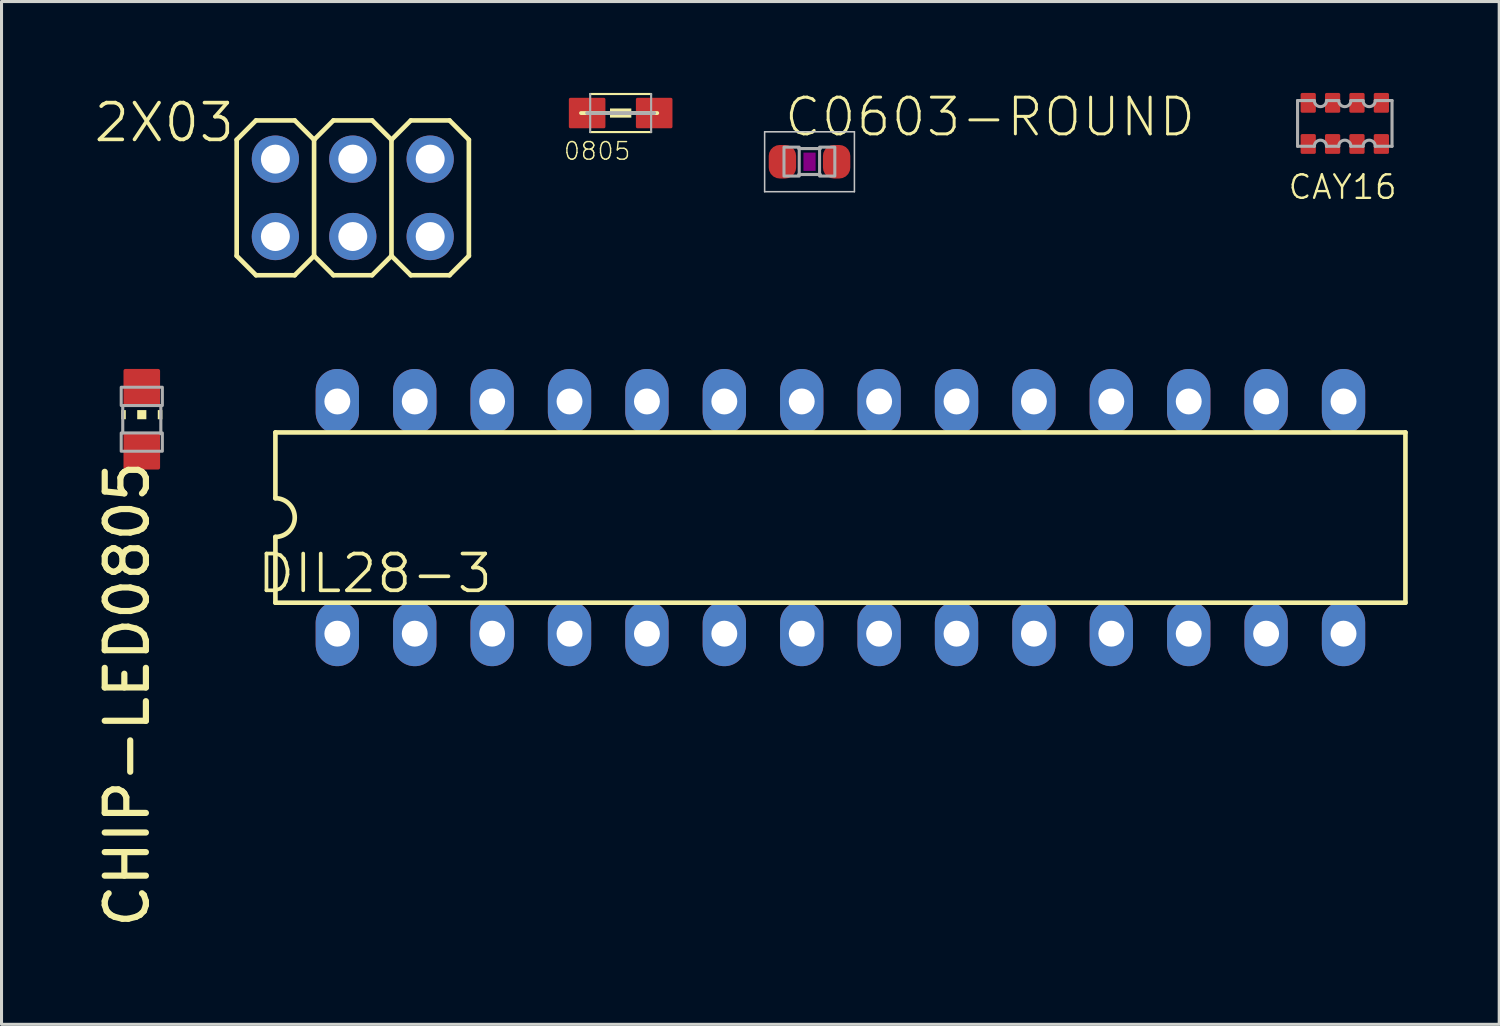
<source format=kicad_pcb>
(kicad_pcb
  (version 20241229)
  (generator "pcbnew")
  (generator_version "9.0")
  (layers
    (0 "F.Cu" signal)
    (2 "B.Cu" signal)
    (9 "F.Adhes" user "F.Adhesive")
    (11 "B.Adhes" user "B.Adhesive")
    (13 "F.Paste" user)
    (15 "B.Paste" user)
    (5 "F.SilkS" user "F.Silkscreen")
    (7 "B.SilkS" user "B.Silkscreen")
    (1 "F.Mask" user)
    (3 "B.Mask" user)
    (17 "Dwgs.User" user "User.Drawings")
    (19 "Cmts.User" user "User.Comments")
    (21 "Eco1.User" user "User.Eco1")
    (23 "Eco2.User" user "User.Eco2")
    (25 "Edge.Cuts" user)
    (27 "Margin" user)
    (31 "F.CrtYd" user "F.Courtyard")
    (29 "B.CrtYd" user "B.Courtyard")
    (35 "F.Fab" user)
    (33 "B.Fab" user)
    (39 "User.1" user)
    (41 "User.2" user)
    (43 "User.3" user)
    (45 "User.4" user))
  (footprint "C0603-ROUND"
    (layer "F.Cu")
    (at 23.516 2.258)
    (property "Reference" "C0603-ROUND" (at -0.889 -0.762 180) (layer "F.SilkS") (effects (font (size 1.206 1.206) (thickness 0.097)) (justify left bottom)))
    (attr through_hole)
    (fp_poly (pts (xy -0.2 0.3) (xy 0.2 0.3) (xy 0.2 -0.3) (xy -0.2 -0.3)) (stroke (width 0) (type solid)) (fill yes) (layer "F.Adhes"))
    (fp_line (start -1.473 -0.983) (end 1.473 -0.983) (stroke (width 0.051) (type solid)) (layer "Dwgs.User"))
    (fp_line (start -1.473 0.983) (end -1.473 -0.983) (stroke (width 0.051) (type solid)) (layer "Dwgs.User"))
    (fp_line (start 1.473 -0.983) (end 1.473 0.983) (stroke (width 0.051) (type solid)) (layer "Dwgs.User"))
    (fp_line (start 1.473 0.983) (end -1.473 0.983) (stroke (width 0.051) (type solid)) (layer "Dwgs.User"))
    (fp_line (start -0.356 -0.432) (end 0.356 -0.432) (stroke (width 0.102) (type solid)) (layer "F.Fab"))
    (fp_line (start -0.356 0.419) (end 0.356 0.419) (stroke (width 0.102) (type solid)) (layer "F.Fab"))
    (fp_poly (pts (xy -0.838 0.47) (xy -0.338 0.47) (xy -0.338 -0.48) (xy -0.838 -0.48)) (stroke (width 0.1) (type solid)) (fill no) (layer "F.Fab"))
    (fp_poly (pts (xy 0.33 0.47) (xy 0.83 0.47) (xy 0.83 -0.48) (xy 0.33 -0.48)) (stroke (width 0.1) (type solid)) (fill no) (layer "F.Fab"))
    (pad "1" smd roundrect (at -0.889 0 90) (size 1.1 0.898) (layers "F.Cu" "F.Mask" "F.Paste") (roundrect_rratio 0.4))
    (pad "2" smd roundrect (at 0.889 0 90) (size 1.1 0.898) (layers "F.Cu" "F.Mask" "F.Paste") (roundrect_rratio 0.4)))
  (footprint "DIL28-3"
    (layer "F.Cu")
    (at 24.53 13.935)
    (property "Reference" "DIL28-3" (at -19.202 2.54 180) (layer "F.SilkS") (effects (font (size 1.206 1.206) (thickness 0.121)) (justify left bottom)))
    (attr through_hole)
    (fp_line (start -18.542 -2.794) (end -18.542 -0.635) (stroke (width 0.152) (type solid)) (layer "F.SilkS"))
    (fp_line (start -18.542 -2.794) (end 18.542 -2.794) (stroke (width 0.152) (type solid)) (layer "F.SilkS"))
    (fp_line (start -18.542 0.635) (end -18.542 2.794) (stroke (width 0.152) (type solid)) (layer "F.SilkS"))
    (fp_line (start -18.542 2.794) (end 18.542 2.794) (stroke (width 0.152) (type solid)) (layer "F.SilkS"))
    (fp_line (start 18.542 -2.794) (end 18.542 2.794) (stroke (width 0.152) (type solid)) (layer "F.SilkS"))
    (fp_arc (start -18.542 -0.635) (mid -17.907 0) (end -18.542 0.635) (stroke (width 0.1524) (type solid)) (layer "F.SilkS"))
    (pad "1" thru_hole oval (at -16.51 3.81 90) (size 2.134 1.422) (drill 0.85) (layers "*.Cu" "*.Mask"))
    (pad "2" thru_hole oval (at -13.97 3.81 90) (size 2.134 1.422) (drill 0.85) (layers "*.Cu" "*.Mask"))
    (pad "3" thru_hole oval (at -11.43 3.81 90) (size 2.134 1.422) (drill 0.85) (layers "*.Cu" "*.Mask"))
    (pad "4" thru_hole oval (at -8.89 3.81 90) (size 2.134 1.422) (drill 0.85) (layers "*.Cu" "*.Mask"))
    (pad "5" thru_hole oval (at -6.35 3.81 90) (size 2.134 1.422) (drill 0.85) (layers "*.Cu" "*.Mask"))
    (pad "6" thru_hole oval (at -3.81 3.81 90) (size 2.134 1.422) (drill 0.85) (layers "*.Cu" "*.Mask"))
    (pad "7" thru_hole oval (at -1.27 3.81 90) (size 2.134 1.422) (drill 0.85) (layers "*.Cu" "*.Mask"))
    (pad "8" thru_hole oval (at 1.27 3.81 90) (size 2.134 1.422) (drill 0.85) (layers "*.Cu" "*.Mask"))
    (pad "9" thru_hole oval (at 3.81 3.81 90) (size 2.134 1.422) (drill 0.85) (layers "*.Cu" "*.Mask"))
    (pad "10" thru_hole oval (at 6.35 3.81 90) (size 2.134 1.422) (drill 0.85) (layers "*.Cu" "*.Mask"))
    (pad "11" thru_hole oval (at 8.89 3.81 90) (size 2.134 1.422) (drill 0.85) (layers "*.Cu" "*.Mask"))
    (pad "12" thru_hole oval (at 11.43 3.81 90) (size 2.134 1.422) (drill 0.85) (layers "*.Cu" "*.Mask"))
    (pad "13" thru_hole oval (at 13.97 3.81 90) (size 2.134 1.422) (drill 0.85) (layers "*.Cu" "*.Mask"))
    (pad "14" thru_hole oval (at 16.51 3.81 90) (size 2.134 1.422) (drill 0.85) (layers "*.Cu" "*.Mask"))
    (pad "15" thru_hole oval (at 16.51 -3.81 90) (size 2.134 1.422) (drill 0.85) (layers "*.Cu" "*.Mask"))
    (pad "16" thru_hole oval (at 13.97 -3.81 90) (size 2.134 1.422) (drill 0.85) (layers "*.Cu" "*.Mask"))
    (pad "17" thru_hole oval (at 11.43 -3.81 90) (size 2.134 1.422) (drill 0.85) (layers "*.Cu" "*.Mask"))
    (pad "18" thru_hole oval (at 8.89 -3.81 90) (size 2.134 1.422) (drill 0.85) (layers "*.Cu" "*.Mask"))
    (pad "19" thru_hole oval (at 6.35 -3.81 90) (size 2.134 1.422) (drill 0.85) (layers "*.Cu" "*.Mask"))
    (pad "20" thru_hole oval (at 3.81 -3.81 90) (size 2.134 1.422) (drill 0.85) (layers "*.Cu" "*.Mask"))
    (pad "21" thru_hole oval (at 1.27 -3.81 90) (size 2.134 1.422) (drill 0.85) (layers "*.Cu" "*.Mask"))
    (pad "22" thru_hole oval (at -1.27 -3.81 90) (size 2.134 1.422) (drill 0.85) (layers "*.Cu" "*.Mask"))
    (pad "23" thru_hole oval (at -3.81 -3.81 90) (size 2.134 1.422) (drill 0.85) (layers "*.Cu" "*.Mask"))
    (pad "24" thru_hole oval (at -6.35 -3.81 90) (size 2.134 1.422) (drill 0.85) (layers "*.Cu" "*.Mask"))
    (pad "25" thru_hole oval (at -8.89 -3.81 90) (size 2.134 1.422) (drill 0.85) (layers "*.Cu" "*.Mask"))
    (pad "26" thru_hole oval (at -11.43 -3.81 90) (size 2.134 1.422) (drill 0.85) (layers "*.Cu" "*.Mask"))
    (pad "27" thru_hole oval (at -13.97 -3.81 90) (size 2.134 1.422) (drill 0.85) (layers "*.Cu" "*.Mask"))
    (pad "28" thru_hole oval (at -16.51 -3.81 90) (size 2.134 1.422) (drill 0.85) (layers "*.Cu" "*.Mask")))
  (footprint "CHIP-LED0805"
    (layer "F.Cu")
    (at 1.603 10.708)
    (property "Reference" "CHIP-LED0805" (at -1.27 1.27 90) (layer "F.SilkS") (effects (font (size 1.351 1.351) (thickness 0.203)) (justify right top)))
    (attr through_hole)
    (fp_poly (pts (xy -0.675 0) (xy -0.525 0) (xy -0.525 -0.3) (xy -0.675 -0.3)) (stroke (width 0) (type solid)) (fill yes) (layer "F.SilkS"))
    (fp_poly (pts (xy -0.15 0) (xy 0.15 0) (xy 0.15 -0.3) (xy -0.15 -0.3)) (stroke (width 0) (type solid)) (fill yes) (layer "F.SilkS"))
    (fp_poly (pts (xy 0.525 0) (xy 0.675 0) (xy 0.675 -0.3) (xy 0.525 -0.3)) (stroke (width 0) (type solid)) (fill yes) (layer "F.SilkS"))
    (fp_line (start -0.625 -0.45) (end -0.625 0.45) (stroke (width 0.102) (type solid)) (layer "F.Fab"))
    (fp_line (start 0.625 -0.45) (end 0.625 0.475) (stroke (width 0.102) (type solid)) (layer "F.Fab"))
    (fp_poly (pts (xy -0.675 -0.45) (xy 0.675 -0.45) (xy 0.675 -1.05) (xy -0.675 -1.05)) (stroke (width 0.1) (type solid)) (fill no) (layer "F.Fab"))
    (fp_poly (pts (xy -0.675 1.05) (xy 0.675 1.05) (xy 0.675 0.45) (xy -0.675 0.45)) (stroke (width 0.1) (type solid)) (fill no) (layer "F.Fab"))
    (pad "A" smd roundrect (at 0 1.05) (size 1.2 1.2) (layers "F.Cu" "F.Mask" "F.Paste") (roundrect_rratio 0.05))
    (pad "C" smd roundrect (at 0 -1.05) (size 1.2 1.2) (layers "F.Cu" "F.Mask" "F.Paste") (roundrect_rratio 0.05)))
  (footprint "0805"
    (layer "F.Cu")
    (at 17.318 0.66)
    (property "Reference" "0805" (at -1.905 1.587 0) (layer "F.SilkS") (effects (font (size 0.579 0.579) (thickness 0.046)) (justify left bottom)))
    (attr through_hole)
    (fp_line (start -1.3 0) (end 1.2 0) (stroke (width 0.127) (type solid)) (layer "F.SilkS"))
    (fp_line (start -1 -0.625) (end 1 -0.625) (stroke (width 0.07) (type solid)) (layer "F.SilkS"))
    (fp_line (start 1 0.625) (end -1 0.625) (stroke (width 0.07) (type solid)) (layer "F.SilkS"))
    (fp_poly (pts (xy -0.35 0.15) (xy 0.35 0.15) (xy 0.35 -0.15) (xy -0.35 -0.15)) (stroke (width 0) (type solid)) (fill yes) (layer "F.SilkS"))
    (fp_line (start -1.1 0) (end 1.1 0) (stroke (width 0.127) (type solid)) (layer "F.Fab"))
    (fp_line (start -1 0.625) (end -1 -0.625) (stroke (width 0.07) (type solid)) (layer "F.Fab"))
    (fp_line (start 1 -0.625) (end 1 0.625) (stroke (width 0.07) (type solid)) (layer "F.Fab"))
    (pad "1" smd roundrect (at -1.1 0) (size 1.2 1) (layers "F.Cu" "F.Mask" "F.Paste") (roundrect_rratio 0.051))
    (pad "2" smd roundrect (at 1.1 0) (size 1.2 1) (layers "F.Cu" "F.Mask" "F.Paste") (roundrect_rratio 0.051)))
  (footprint "2X03"
    (layer "F.Cu")
    (at 8.527 3.442)
    (property "Reference" "2X03" (at -3.81 -3.175 180) (layer "F.SilkS") (effects (font (size 1.206 1.206) (thickness 0.121)) (justify right top)))
    (attr through_hole)
    (fp_line (start -3.81 -1.905) (end -3.175 -2.54) (stroke (width 0.152) (type solid)) (layer "F.SilkS"))
    (fp_line (start -3.81 1.905) (end -3.81 -1.905) (stroke (width 0.152) (type solid)) (layer "F.SilkS"))
    (fp_line (start -3.81 1.905) (end -3.175 2.54) (stroke (width 0.152) (type solid)) (layer "F.SilkS"))
    (fp_line (start -3.175 -2.54) (end -1.905 -2.54) (stroke (width 0.152) (type solid)) (layer "F.SilkS"))
    (fp_line (start -3.175 2.54) (end -1.905 2.54) (stroke (width 0.152) (type solid)) (layer "F.SilkS"))
    (fp_line (start -1.905 -2.54) (end -1.27 -1.905) (stroke (width 0.152) (type solid)) (layer "F.SilkS"))
    (fp_line (start -1.905 2.54) (end -1.27 1.905) (stroke (width 0.152) (type solid)) (layer "F.SilkS"))
    (fp_line (start -1.27 -1.905) (end -1.27 1.905) (stroke (width 0.152) (type solid)) (layer "F.SilkS"))
    (fp_line (start -1.27 -1.905) (end -0.635 -2.54) (stroke (width 0.152) (type solid)) (layer "F.SilkS"))
    (fp_line (start -1.27 1.905) (end -0.635 2.54) (stroke (width 0.152) (type solid)) (layer "F.SilkS"))
    (fp_line (start -0.635 -2.54) (end 0.635 -2.54) (stroke (width 0.152) (type solid)) (layer "F.SilkS"))
    (fp_line (start -0.635 2.54) (end 0.635 2.54) (stroke (width 0.152) (type solid)) (layer "F.SilkS"))
    (fp_line (start 0.635 -2.54) (end 1.27 -1.905) (stroke (width 0.152) (type solid)) (layer "F.SilkS"))
    (fp_line (start 0.635 2.54) (end 1.27 1.905) (stroke (width 0.152) (type solid)) (layer "F.SilkS"))
    (fp_line (start 1.27 -1.905) (end 1.27 1.905) (stroke (width 0.152) (type solid)) (layer "F.SilkS"))
    (fp_line (start 1.27 -1.905) (end 1.905 -2.54) (stroke (width 0.152) (type solid)) (layer "F.SilkS"))
    (fp_line (start 1.27 1.905) (end 1.905 2.54) (stroke (width 0.152) (type solid)) (layer "F.SilkS"))
    (fp_line (start 1.905 -2.54) (end 3.175 -2.54) (stroke (width 0.152) (type solid)) (layer "F.SilkS"))
    (fp_line (start 1.905 2.54) (end 3.175 2.54) (stroke (width 0.152) (type solid)) (layer "F.SilkS"))
    (fp_line (start 3.175 -2.54) (end 3.81 -1.905) (stroke (width 0.152) (type solid)) (layer "F.SilkS"))
    (fp_line (start 3.175 2.54) (end 3.81 1.905) (stroke (width 0.152) (type solid)) (layer "F.SilkS"))
    (fp_line (start 3.81 -1.905) (end 3.81 1.905) (stroke (width 0.152) (type solid)) (layer "F.SilkS"))
    (fp_poly (pts (xy -2.794 -1.016) (xy -2.286 -1.016) (xy -2.286 -1.524) (xy -2.794 -1.524)) (stroke (width 0.1) (type solid)) (fill no) (layer "F.Fab"))
    (fp_poly (pts (xy -2.794 1.524) (xy -2.286 1.524) (xy -2.286 1.016) (xy -2.794 1.016)) (stroke (width 0.1) (type solid)) (fill no) (layer "F.Fab"))
    (fp_poly (pts (xy -0.254 -1.016) (xy 0.254 -1.016) (xy 0.254 -1.524) (xy -0.254 -1.524)) (stroke (width 0.1) (type solid)) (fill no) (layer "F.Fab"))
    (fp_poly (pts (xy -0.254 1.524) (xy 0.254 1.524) (xy 0.254 1.016) (xy -0.254 1.016)) (stroke (width 0.1) (type solid)) (fill no) (layer "F.Fab"))
    (fp_poly (pts (xy 2.286 -1.016) (xy 2.794 -1.016) (xy 2.794 -1.524) (xy 2.286 -1.524)) (stroke (width 0.1) (type solid)) (fill no) (layer "F.Fab"))
    (fp_poly (pts (xy 2.286 1.524) (xy 2.794 1.524) (xy 2.794 1.016) (xy 2.286 1.016)) (stroke (width 0.1) (type solid)) (fill no) (layer "F.Fab"))
    (pad "1" thru_hole circle (at -2.54 1.27) (size 1.55 1.55) (drill 0.95) (layers "*.Cu" "*.Mask"))
    (pad "2" thru_hole circle (at -2.54 -1.27) (size 1.55 1.55) (drill 0.95) (layers "*.Cu" "*.Mask"))
    (pad "3" thru_hole circle (at 0 1.27) (size 1.55 1.55) (drill 0.95) (layers "*.Cu" "*.Mask"))
    (pad "4" thru_hole circle (at 0 -1.27) (size 1.55 1.55) (drill 0.95) (layers "*.Cu" "*.Mask"))
    (pad "5" thru_hole circle (at 2.54 1.27) (size 1.55 1.55) (drill 0.95) (layers "*.Cu" "*.Mask"))
    (pad "6" thru_hole circle (at 2.54 -1.27) (size 1.55 1.55) (drill 0.95) (layers "*.Cu" "*.Mask")))
  (footprint "CAY16"
    (layer "F.Cu")
    (at 41.082 1)
    (property "Reference" "CAY16" (at -1.905 2.54 0) (layer "F.SilkS") (effects (font (size 0.772 0.772) (thickness 0.077)) (justify left bottom)))
    (attr through_hole)
    (fp_line (start -1.55 -0.75) (end -1 -0.75) (stroke (width 0.102) (type solid)) (layer "F.Fab"))
    (fp_line (start -1.55 0.75) (end -1.55 -0.75) (stroke (width 0.102) (type solid)) (layer "F.Fab"))
    (fp_line (start -1 0.75) (end -1.55 0.75) (stroke (width 0.102) (type solid)) (layer "F.Fab"))
    (fp_line (start -0.6 -0.75) (end -0.2 -0.75) (stroke (width 0.102) (type solid)) (layer "F.Fab"))
    (fp_line (start -0.2 0.75) (end -0.6 0.75) (stroke (width 0.102) (type solid)) (layer "F.Fab"))
    (fp_line (start 0.2 -0.75) (end 0.6 -0.75) (stroke (width 0.102) (type solid)) (layer "F.Fab"))
    (fp_line (start 0.6 0.75) (end 0.2 0.75) (stroke (width 0.102) (type solid)) (layer "F.Fab"))
    (fp_line (start 1 -0.75) (end 1.55 -0.75) (stroke (width 0.102) (type solid)) (layer "F.Fab"))
    (fp_line (start 1.55 -0.75) (end 1.55 0.75) (stroke (width 0.102) (type solid)) (layer "F.Fab"))
    (fp_line (start 1.55 0.75) (end 1 0.75) (stroke (width 0.102) (type solid)) (layer "F.Fab"))
    (fp_arc (start -1 0.75) (mid -0.8 0.55) (end -0.6 0.75) (stroke (width 0.1016) (type solid)) (layer "F.Fab"))
    (fp_arc (start -0.6 -0.75) (mid -0.8 -0.55) (end -1 -0.75) (stroke (width 0.1016) (type solid)) (layer "F.Fab"))
    (fp_arc (start -0.2 0.75) (mid 0 0.55) (end 0.2 0.75) (stroke (width 0.1016) (type solid)) (layer "F.Fab"))
    (fp_arc (start 0.2 -0.75) (mid 0 -0.55) (end -0.2 -0.75) (stroke (width 0.1016) (type solid)) (layer "F.Fab"))
    (fp_arc (start 0.6 0.75) (mid 0.8 0.55) (end 1 0.75) (stroke (width 0.1016) (type solid)) (layer "F.Fab"))
    (fp_arc (start 1 -0.75) (mid 0.8 -0.55) (end 0.6 -0.75) (stroke (width 0.1016) (type solid)) (layer "F.Fab"))
    (pad "1" smd roundrect (at -1.2 0.675) (size 0.5 0.65) (layers "F.Cu" "F.Mask" "F.Paste") (roundrect_rratio 0.102))
    (pad "2" smd roundrect (at -0.4 0.675) (size 0.5 0.65) (layers "F.Cu" "F.Mask" "F.Paste") (roundrect_rratio 0.102))
    (pad "3" smd roundrect (at 0.4 0.675) (size 0.5 0.65) (layers "F.Cu" "F.Mask" "F.Paste") (roundrect_rratio 0.102))
    (pad "4" smd roundrect (at 1.2 0.675) (size 0.5 0.65) (layers "F.Cu" "F.Mask" "F.Paste") (roundrect_rratio 0.102))
    (pad "5" smd roundrect (at 1.2 -0.675) (size 0.5 0.65) (layers "F.Cu" "F.Mask" "F.Paste") (roundrect_rratio 0.102))
    (pad "6" smd roundrect (at 0.4 -0.675) (size 0.5 0.65) (layers "F.Cu" "F.Mask" "F.Paste") (roundrect_rratio 0.102))
    (pad "7" smd roundrect (at -0.4 -0.675) (size 0.5 0.65) (layers "F.Cu" "F.Mask" "F.Paste") (roundrect_rratio 0.102))
    (pad "8" smd roundrect (at -1.2 -0.675) (size 0.5 0.65) (layers "F.Cu" "F.Mask" "F.Paste") (roundrect_rratio 0.102)))
  (gr_rect
    (start -3 -3)
    (end 46.149 30.566)
    (stroke (width 0.1) (type default))
    (fill no)
    (layer "Edge.Cuts")))
</source>
